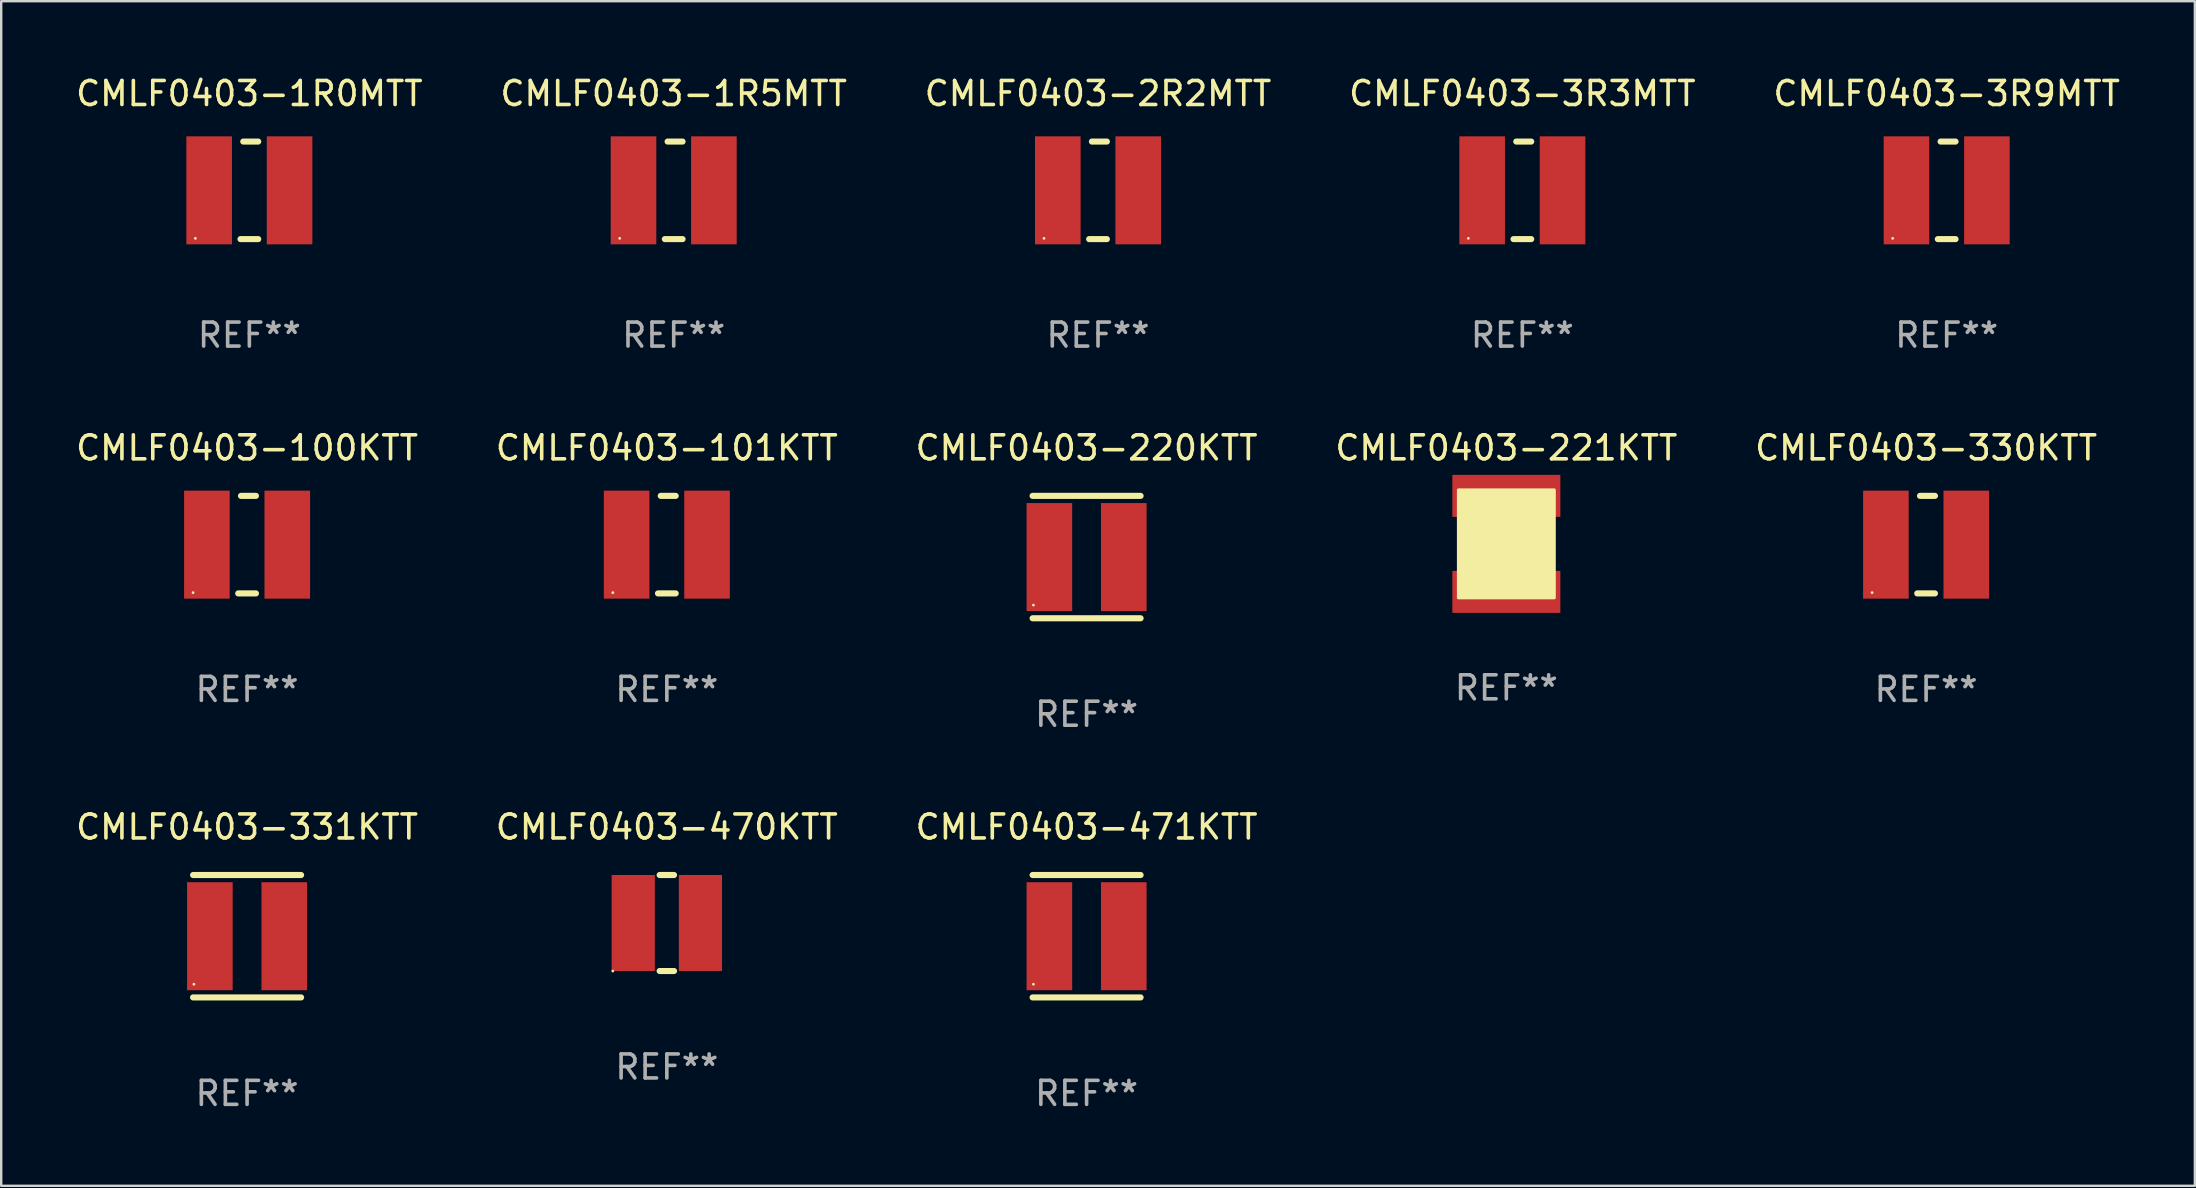
<source format=kicad_pcb>
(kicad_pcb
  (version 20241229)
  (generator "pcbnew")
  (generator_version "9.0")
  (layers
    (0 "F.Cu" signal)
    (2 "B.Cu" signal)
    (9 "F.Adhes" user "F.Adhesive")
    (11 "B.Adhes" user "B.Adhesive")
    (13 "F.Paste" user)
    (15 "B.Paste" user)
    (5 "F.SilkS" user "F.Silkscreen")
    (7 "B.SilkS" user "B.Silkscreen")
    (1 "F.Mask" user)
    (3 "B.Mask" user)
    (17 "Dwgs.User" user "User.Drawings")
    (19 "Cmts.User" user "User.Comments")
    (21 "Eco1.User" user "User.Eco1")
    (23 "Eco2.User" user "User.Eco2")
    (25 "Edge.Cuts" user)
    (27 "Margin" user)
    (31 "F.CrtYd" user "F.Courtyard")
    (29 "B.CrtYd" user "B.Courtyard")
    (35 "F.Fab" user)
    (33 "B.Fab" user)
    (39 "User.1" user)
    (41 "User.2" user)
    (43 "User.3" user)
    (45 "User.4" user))
  (footprint "CMLF0403-221KTT"
    (layer "F.Cu")
    (at 59.708 19.609)
    (property "Reference" "CMLF0403-221KTT" (at 0 -4 0) (layer "F.SilkS") (effects (font (size 1 1) (thickness 0.15))))
    (attr through_hole)
    (fp_poly (pts (xy -2 -2.25) (xy 2 -2.25) (xy 2 2.25) (xy -2 2.25)) (stroke (width 0.12) (type solid)) (fill yes) (layer "F.SilkS"))
    (fp_text user "REF**" (at 0 6 0) (layer "F.Fab") (effects (font (size 1 1) (thickness 0.15))))
    (pad "1" smd rect (at 0 2 90) (size 1.75 4.5) (layers "F.Cu" "F.Mask" "F.Paste"))
    (pad "2" smd rect (at 0 -2 90) (size 1.75 4.5) (layers "F.Cu" "F.Mask" "F.Paste")))
  (footprint "CMLF0403-470KTT"
    (layer "F.Cu")
    (at 24.732 35.405)
    (property "Reference" "CMLF0403-470KTT" (at 0 -4 0) (layer "F.SilkS") (effects (font (size 1 1) (thickness 0.15))))
    (attr through_hole)
    (fp_line (start -0.3 -2) (end 0.3 -2) (stroke (width 0.254) (type solid)) (layer "F.SilkS"))
    (fp_line (start -0.3 2) (end 0.3 2) (stroke (width 0.254) (type solid)) (layer "F.SilkS"))
    (fp_circle (center -2.25 2.001) (end -2.22 2.001) (stroke (width 0.06) (type solid)) (fill no) (layer "F.SilkS"))
    (fp_text user "REF**" (at 0 6 0) (layer "F.Fab") (effects (font (size 1 1) (thickness 0.15))))
    (pad "1" smd rect (at -1.4 -0.000127) (size 1.8 4) (layers "F.Cu" "F.Mask" "F.Paste"))
    (pad "2" smd rect (at 1.4 -0.000127) (size 1.8 4) (layers "F.Cu" "F.Mask" "F.Paste")))
  (footprint "CMLF0403-3R9MTT"
    (layer "F.Cu")
    (at 78.054 4.88)
    (property "Reference" "CMLF0403-3R9MTT" (at 0 -4.032 0) (layer "F.SilkS") (effects (font (size 1 1) (thickness 0.15))))
    (attr through_hole)
    (fp_line (start -0.369 2.032) (end 0.369 2.032) (stroke (width 0.254) (type solid)) (layer "F.SilkS"))
    (fp_line (start -0.254 -2.032) (end 0.369 -2.032) (stroke (width 0.254) (type solid)) (layer "F.SilkS"))
    (fp_circle (center -2.25 2) (end -2.22 2) (stroke (width 0.06) (type solid)) (fill no) (layer "F.SilkS"))
    (fp_text user "REF**" (at 0 6.032 0) (layer "F.Fab") (effects (font (size 1 1) (thickness 0.15))))
    (pad "1" smd rect (at -1.675 0 90) (size 4.5 1.9) (layers "F.Cu" "F.Mask" "F.Paste"))
    (pad "2" smd rect (at 1.675 0 90) (size 4.5 1.9) (layers "F.Cu" "F.Mask" "F.Paste")))
  (footprint "CMLF0403-101KTT"
    (layer "F.Cu")
    (at 24.732 19.641)
    (property "Reference" "CMLF0403-101KTT" (at 0 -4.032 0) (layer "F.SilkS") (effects (font (size 1 1) (thickness 0.15))))
    (attr through_hole)
    (fp_line (start -0.369 2.032) (end 0.369 2.032) (stroke (width 0.254) (type solid)) (layer "F.SilkS"))
    (fp_line (start -0.254 -2.032) (end 0.369 -2.032) (stroke (width 0.254) (type solid)) (layer "F.SilkS"))
    (fp_circle (center -2.25 2) (end -2.22 2) (stroke (width 0.06) (type solid)) (fill no) (layer "F.SilkS"))
    (fp_text user "REF**" (at 0 6.032 0) (layer "F.Fab") (effects (font (size 1 1) (thickness 0.15))))
    (pad "1" smd rect (at -1.675 0 90) (size 4.5 1.9) (layers "F.Cu" "F.Mask" "F.Paste"))
    (pad "2" smd rect (at 1.675 0 90) (size 4.5 1.9) (layers "F.Cu" "F.Mask" "F.Paste")))
  (footprint "CMLF0403-220KTT"
    (layer "F.Cu")
    (at 42.22 20.159)
    (property "Reference" "CMLF0403-220KTT" (at 0 -4.55 0) (layer "F.SilkS") (effects (font (size 1 1) (thickness 0.15))))
    (attr through_hole)
    (fp_line (start -2.25 -2.55) (end 2.25 -2.55) (stroke (width 0.254) (type solid)) (layer "F.SilkS"))
    (fp_line (start 2.25 2.55) (end -2.25 2.55) (stroke (width 0.254) (type solid)) (layer "F.SilkS"))
    (fp_circle (center -2.216 2) (end -2.186 2) (stroke (width 0.06) (type solid)) (fill no) (layer "F.SilkS"))
    (fp_text user "REF**" (at 0 6.55 0) (layer "F.Fab") (effects (font (size 1 1) (thickness 0.15))))
    (pad "1" smd rect (at -1.55 0 90) (size 4.5 1.9) (layers "F.Cu" "F.Mask" "F.Paste"))
    (pad "2" smd rect (at 1.55 0 90) (size 4.5 1.9) (layers "F.Cu" "F.Mask" "F.Paste")))
  (footprint "CMLF0403-330KTT"
    (layer "F.Cu")
    (at 77.196 19.641)
    (property "Reference" "CMLF0403-330KTT" (at 0 -4.032 0) (layer "F.SilkS") (effects (font (size 1 1) (thickness 0.15))))
    (attr through_hole)
    (fp_line (start -0.369 2.032) (end 0.369 2.032) (stroke (width 0.254) (type solid)) (layer "F.SilkS"))
    (fp_line (start -0.254 -2.032) (end 0.369 -2.032) (stroke (width 0.254) (type solid)) (layer "F.SilkS"))
    (fp_circle (center -2.25 2) (end -2.22 2) (stroke (width 0.06) (type solid)) (fill no) (layer "F.SilkS"))
    (fp_text user "REF**" (at 0 6.032 0) (layer "F.Fab") (effects (font (size 1 1) (thickness 0.15))))
    (pad "1" smd rect (at -1.675 0 90) (size 4.5 1.9) (layers "F.Cu" "F.Mask" "F.Paste"))
    (pad "2" smd rect (at 1.675 0 90) (size 4.5 1.9) (layers "F.Cu" "F.Mask" "F.Paste")))
  (footprint "CMLF0403-100KTT"
    (layer "F.Cu")
    (at 7.244 19.641)
    (property "Reference" "CMLF0403-100KTT" (at 0 -4.032 0) (layer "F.SilkS") (effects (font (size 1 1) (thickness 0.15))))
    (attr through_hole)
    (fp_line (start -0.369 2.032) (end 0.369 2.032) (stroke (width 0.254) (type solid)) (layer "F.SilkS"))
    (fp_line (start -0.254 -2.032) (end 0.369 -2.032) (stroke (width 0.254) (type solid)) (layer "F.SilkS"))
    (fp_circle (center -2.25 2) (end -2.22 2) (stroke (width 0.06) (type solid)) (fill no) (layer "F.SilkS"))
    (fp_text user "REF**" (at 0 6.032 0) (layer "F.Fab") (effects (font (size 1 1) (thickness 0.15))))
    (pad "1" smd rect (at -1.675 0 90) (size 4.5 1.9) (layers "F.Cu" "F.Mask" "F.Paste"))
    (pad "2" smd rect (at 1.675 0 90) (size 4.5 1.9) (layers "F.Cu" "F.Mask" "F.Paste")))
  (footprint "CMLF0403-471KTT"
    (layer "F.Cu")
    (at 42.22 35.955)
    (property "Reference" "CMLF0403-471KTT" (at 0 -4.55 0) (layer "F.SilkS") (effects (font (size 1 1) (thickness 0.15))))
    (attr through_hole)
    (fp_line (start -2.25 -2.55) (end 2.25 -2.55) (stroke (width 0.254) (type solid)) (layer "F.SilkS"))
    (fp_line (start 2.25 2.55) (end -2.25 2.55) (stroke (width 0.254) (type solid)) (layer "F.SilkS"))
    (fp_circle (center -2.216 2) (end -2.186 2) (stroke (width 0.06) (type solid)) (fill no) (layer "F.SilkS"))
    (fp_text user "REF**" (at 0 6.55 0) (layer "F.Fab") (effects (font (size 1 1) (thickness 0.15))))
    (pad "1" smd rect (at -1.55 0 90) (size 4.5 1.9) (layers "F.Cu" "F.Mask" "F.Paste"))
    (pad "2" smd rect (at 1.55 0 90) (size 4.5 1.9) (layers "F.Cu" "F.Mask" "F.Paste")))
  (footprint "CMLF0403-3R3MTT"
    (layer "F.Cu")
    (at 60.375 4.88)
    (property "Reference" "CMLF0403-3R3MTT" (at 0 -4.032 0) (layer "F.SilkS") (effects (font (size 1 1) (thickness 0.15))))
    (attr through_hole)
    (fp_line (start -0.369 2.032) (end 0.369 2.032) (stroke (width 0.254) (type solid)) (layer "F.SilkS"))
    (fp_line (start -0.254 -2.032) (end 0.369 -2.032) (stroke (width 0.254) (type solid)) (layer "F.SilkS"))
    (fp_circle (center -2.25 2) (end -2.22 2) (stroke (width 0.06) (type solid)) (fill no) (layer "F.SilkS"))
    (fp_text user "REF**" (at 0 6.032 0) (layer "F.Fab") (effects (font (size 1 1) (thickness 0.15))))
    (pad "1" smd rect (at -1.675 0 90) (size 4.5 1.9) (layers "F.Cu" "F.Mask" "F.Paste"))
    (pad "2" smd rect (at 1.675 0 90) (size 4.5 1.9) (layers "F.Cu" "F.Mask" "F.Paste")))
  (footprint "CMLF0403-1R0MTT"
    (layer "F.Cu")
    (at 7.339 4.88)
    (property "Reference" "CMLF0403-1R0MTT" (at 0 -4.032 0) (layer "F.SilkS") (effects (font (size 1 1) (thickness 0.15))))
    (attr through_hole)
    (fp_line (start -0.369 2.032) (end 0.369 2.032) (stroke (width 0.254) (type solid)) (layer "F.SilkS"))
    (fp_line (start -0.254 -2.032) (end 0.369 -2.032) (stroke (width 0.254) (type solid)) (layer "F.SilkS"))
    (fp_circle (center -2.25 2) (end -2.22 2) (stroke (width 0.06) (type solid)) (fill no) (layer "F.SilkS"))
    (fp_text user "REF**" (at 0 6.032 0) (layer "F.Fab") (effects (font (size 1 1) (thickness 0.15))))
    (pad "1" smd rect (at -1.675 0 90) (size 4.5 1.9) (layers "F.Cu" "F.Mask" "F.Paste"))
    (pad "2" smd rect (at 1.675 0 90) (size 4.5 1.9) (layers "F.Cu" "F.Mask" "F.Paste")))
  (footprint "CMLF0403-331KTT"
    (layer "F.Cu")
    (at 7.244 35.955)
    (property "Reference" "CMLF0403-331KTT" (at 0 -4.55 0) (layer "F.SilkS") (effects (font (size 1 1) (thickness 0.15))))
    (attr through_hole)
    (fp_line (start -2.25 -2.55) (end 2.25 -2.55) (stroke (width 0.254) (type solid)) (layer "F.SilkS"))
    (fp_line (start 2.25 2.55) (end -2.25 2.55) (stroke (width 0.254) (type solid)) (layer "F.SilkS"))
    (fp_circle (center -2.216 2) (end -2.186 2) (stroke (width 0.06) (type solid)) (fill no) (layer "F.SilkS"))
    (fp_text user "REF**" (at 0 6.55 0) (layer "F.Fab") (effects (font (size 1 1) (thickness 0.15))))
    (pad "1" smd rect (at -1.55 0 90) (size 4.5 1.9) (layers "F.Cu" "F.Mask" "F.Paste"))
    (pad "2" smd rect (at 1.55 0 90) (size 4.5 1.9) (layers "F.Cu" "F.Mask" "F.Paste")))
  (footprint "CMLF0403-1R5MTT"
    (layer "F.Cu")
    (at 25.018 4.88)
    (property "Reference" "CMLF0403-1R5MTT" (at 0 -4.032 0) (layer "F.SilkS") (effects (font (size 1 1) (thickness 0.15))))
    (attr through_hole)
    (fp_line (start -0.369 2.032) (end 0.369 2.032) (stroke (width 0.254) (type solid)) (layer "F.SilkS"))
    (fp_line (start -0.254 -2.032) (end 0.369 -2.032) (stroke (width 0.254) (type solid)) (layer "F.SilkS"))
    (fp_circle (center -2.25 2) (end -2.22 2) (stroke (width 0.06) (type solid)) (fill no) (layer "F.SilkS"))
    (fp_text user "REF**" (at 0 6.032 0) (layer "F.Fab") (effects (font (size 1 1) (thickness 0.15))))
    (pad "1" smd rect (at -1.675 0 90) (size 4.5 1.9) (layers "F.Cu" "F.Mask" "F.Paste"))
    (pad "2" smd rect (at 1.675 0 90) (size 4.5 1.9) (layers "F.Cu" "F.Mask" "F.Paste")))
  (footprint "CMLF0403-2R2MTT"
    (layer "F.Cu")
    (at 42.696 4.88)
    (property "Reference" "CMLF0403-2R2MTT" (at 0 -4.032 0) (layer "F.SilkS") (effects (font (size 1 1) (thickness 0.15))))
    (attr through_hole)
    (fp_line (start -0.369 2.032) (end 0.369 2.032) (stroke (width 0.254) (type solid)) (layer "F.SilkS"))
    (fp_line (start -0.254 -2.032) (end 0.369 -2.032) (stroke (width 0.254) (type solid)) (layer "F.SilkS"))
    (fp_circle (center -2.25 2) (end -2.22 2) (stroke (width 0.06) (type solid)) (fill no) (layer "F.SilkS"))
    (fp_text user "REF**" (at 0 6.032 0) (layer "F.Fab") (effects (font (size 1 1) (thickness 0.15))))
    (pad "1" smd rect (at -1.675 0 90) (size 4.5 1.9) (layers "F.Cu" "F.Mask" "F.Paste"))
    (pad "2" smd rect (at 1.675 0 90) (size 4.5 1.9) (layers "F.Cu" "F.Mask" "F.Paste")))
  (gr_rect
    (start -3 -3)
    (end 88.393 46.354)
    (stroke (width 0.1) (type default))
    (fill no)
    (layer "Edge.Cuts")))
</source>
